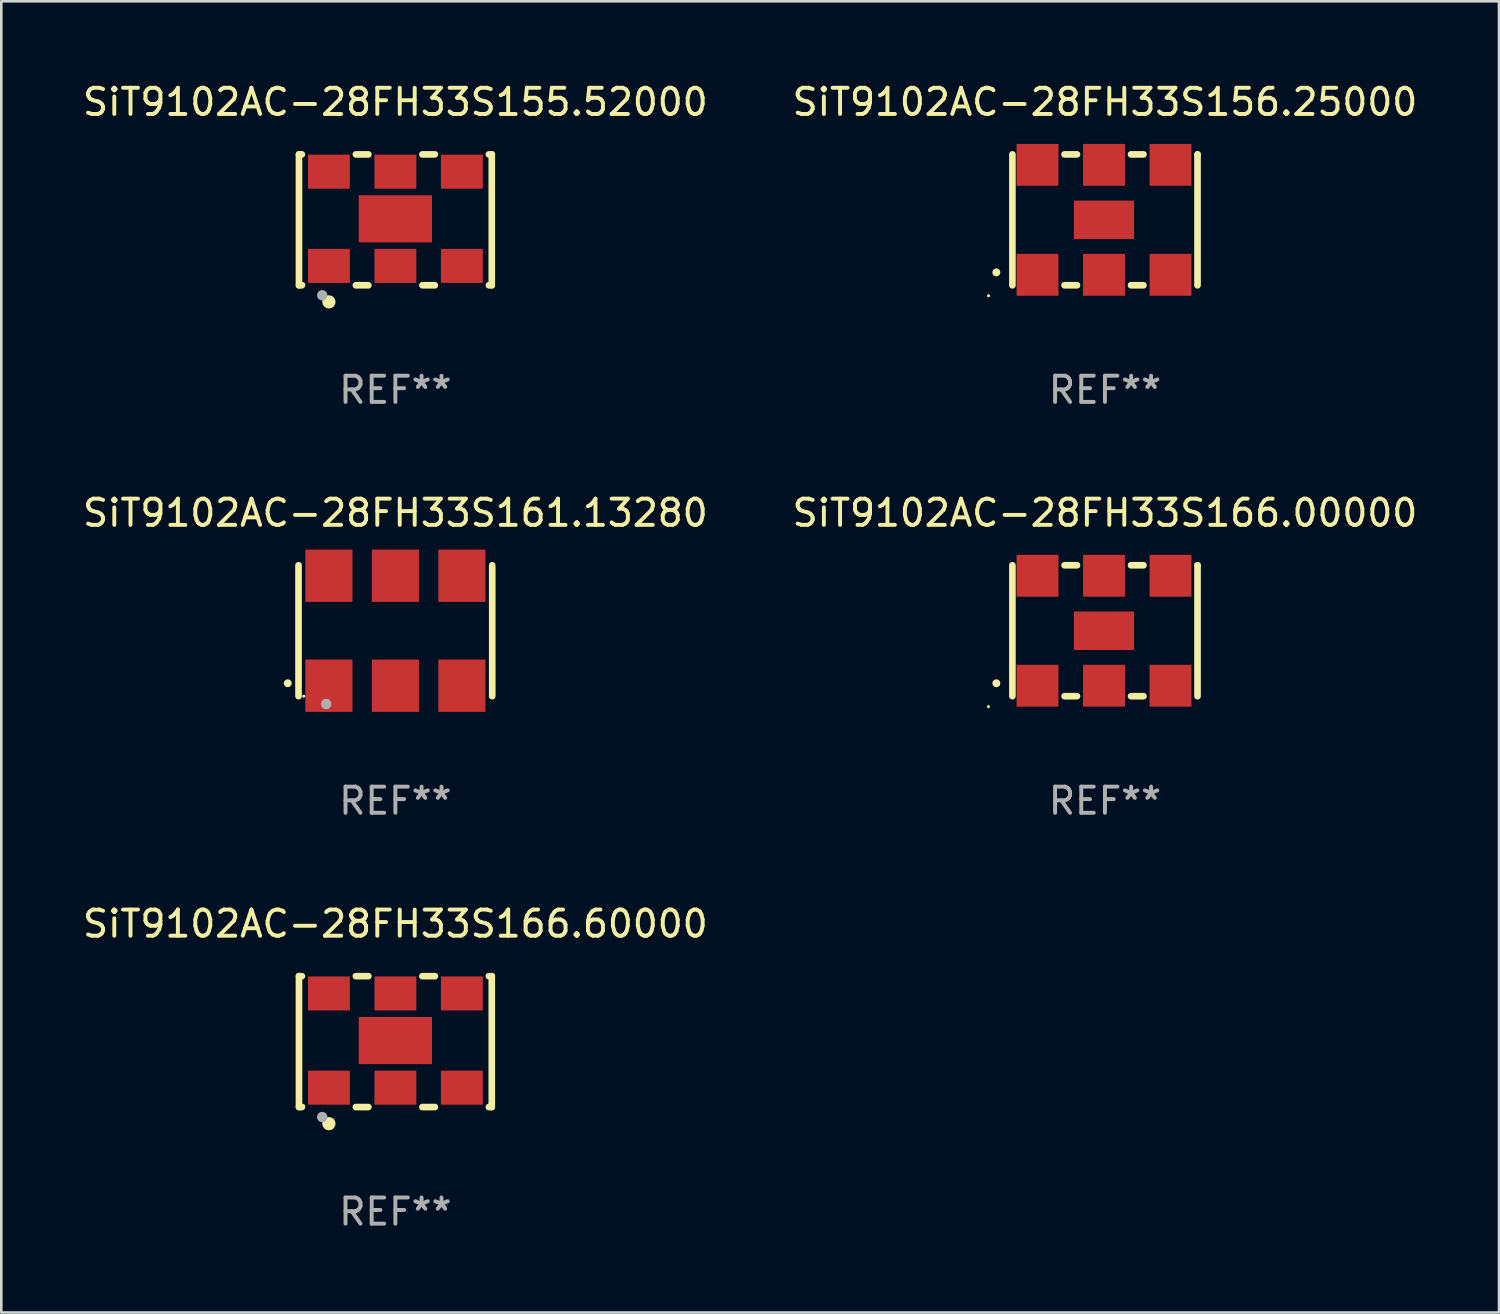
<source format=kicad_pcb>
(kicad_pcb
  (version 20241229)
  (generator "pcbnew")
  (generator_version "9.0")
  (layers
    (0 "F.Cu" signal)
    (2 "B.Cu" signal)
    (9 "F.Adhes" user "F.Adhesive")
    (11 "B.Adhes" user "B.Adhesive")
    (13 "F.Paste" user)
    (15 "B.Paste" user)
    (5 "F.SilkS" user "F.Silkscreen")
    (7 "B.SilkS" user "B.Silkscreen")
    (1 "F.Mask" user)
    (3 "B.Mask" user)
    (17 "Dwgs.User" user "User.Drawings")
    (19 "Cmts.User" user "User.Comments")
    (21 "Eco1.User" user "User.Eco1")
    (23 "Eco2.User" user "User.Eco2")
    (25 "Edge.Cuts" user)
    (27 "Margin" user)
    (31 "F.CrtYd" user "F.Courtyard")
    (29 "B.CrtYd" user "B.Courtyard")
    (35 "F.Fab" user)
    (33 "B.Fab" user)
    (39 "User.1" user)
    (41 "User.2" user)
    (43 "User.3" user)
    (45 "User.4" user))
  (footprint "SiT9102AC-28FH33S161.13280"
    (layer "F.Cu")
    (at 12.054 21.045)
    (property "Reference" "SiT9102AC-28FH33S161.13280" (at 0 -4.5 0) (layer "F.SilkS") (effects (font (size 1 1) (thickness 0.15))))
    (attr through_hole)
    (fp_line (start -3.7 -2.5) (end -3.7 2.5) (stroke (width 0.254) (type solid)) (layer "F.SilkS"))
    (fp_line (start 3.7 -2.5) (end 3.7 2.5) (stroke (width 0.254) (type solid)) (layer "F.SilkS"))
    (fp_arc (start -4.114415 2.006604) (mid -4.113145 2.006599) (end -4.111875 2.006604) (stroke (width 0.3) (type solid)) (layer "F.SilkS"))
    (fp_circle (center -3.5 2.501) (end -3.47 2.501) (stroke (width 0.06) (type solid)) (fill no) (layer "F.SilkS"))
    (fp_circle (center -2.641 2.799) (end -2.541 2.799) (stroke (width 0.2) (type solid)) (fill no) (layer "F.Fab"))
    (fp_text user "REF**" (at 0 6.5 0) (layer "F.Fab") (effects (font (size 1 1) (thickness 0.15))))
    (pad "1" smd rect (at -2.54 2.1) (size 1.8 2) (layers "F.Cu" "F.Mask" "F.Paste"))
    (pad "2" smd rect (at 0.000394 2.1) (size 1.8 2) (layers "F.Cu" "F.Mask" "F.Paste"))
    (pad "3" smd rect (at 2.54 2.1) (size 1.8 2) (layers "F.Cu" "F.Mask" "F.Paste"))
    (pad "4" smd rect (at 2.54 -2.1) (size 1.8 2) (layers "F.Cu" "F.Mask" "F.Paste"))
    (pad "5" smd rect (at 0.000394 -2.1) (size 1.8 2) (layers "F.Cu" "F.Mask" "F.Paste"))
    (pad "6" smd rect (at -2.54 -2.1) (size 1.8 2) (layers "F.Cu" "F.Mask" "F.Paste")))
  (footprint "SiT9102AC-28FH33S155.52000"
    (layer "F.Cu")
    (at 12.054 5.348)
    (property "Reference" "SiT9102AC-28FH33S155.52000" (at 0 -4.5 0) (layer "F.SilkS") (effects (font (size 1 1) (thickness 0.15))))
    (attr through_hole)
    (fp_line (start -3.683 -2.5) (end -3.571 -2.5) (stroke (width 0.254) (type solid)) (layer "F.SilkS"))
    (fp_line (start -3.683 2.5) (end -3.683 -2.5) (stroke (width 0.254) (type solid)) (layer "F.SilkS"))
    (fp_line (start -3.683 2.5) (end -3.571 2.5) (stroke (width 0.254) (type solid)) (layer "F.SilkS"))
    (fp_line (start -1.509 -2.5) (end -1.031 -2.5) (stroke (width 0.254) (type solid)) (layer "F.SilkS"))
    (fp_line (start -1.509 2.5) (end -1.031 2.5) (stroke (width 0.254) (type solid)) (layer "F.SilkS"))
    (fp_line (start 1.031 -2.5) (end 1.509 -2.5) (stroke (width 0.254) (type solid)) (layer "F.SilkS"))
    (fp_line (start 1.031 2.5) (end 1.509 2.5) (stroke (width 0.254) (type solid)) (layer "F.SilkS"))
    (fp_line (start 3.571 -2.5) (end 3.683 -2.5) (stroke (width 0.254) (type solid)) (layer "F.SilkS"))
    (fp_line (start 3.571 2.5) (end 3.683 2.5) (stroke (width 0.254) (type solid)) (layer "F.SilkS"))
    (fp_line (start 3.683 2.5) (end 3.683 -2.5) (stroke (width 0.254) (type solid)) (layer "F.SilkS"))
    (fp_circle (center -3.5 2.46) (end -3.47 2.46) (stroke (width 0.06) (type solid)) (fill no) (layer "F.SilkS"))
    (fp_circle (center -2.54 3.135) (end -2.413 3.135) (stroke (width 0.254) (type solid)) (fill no) (layer "F.SilkS"))
    (fp_circle (center -2.794 2.881) (end -2.694 2.881) (stroke (width 0.2) (type solid)) (fill no) (layer "F.Fab"))
    (fp_text user "REF**" (at 0 6.5 0) (layer "F.Fab") (effects (font (size 1 1) (thickness 0.15))))
    (pad "1" smd rect (at -2.54 1.76) (size 1.6 1.3) (layers "F.Cu" "F.Mask" "F.Paste"))
    (pad "2" smd rect (at 0 1.76) (size 1.6 1.3) (layers "F.Cu" "F.Mask" "F.Paste"))
    (pad "3" smd rect (at 2.54 1.76) (size 1.6 1.3) (layers "F.Cu" "F.Mask" "F.Paste"))
    (pad "4" smd rect (at 2.54 -1.84) (size 1.6 1.3) (layers "F.Cu" "F.Mask" "F.Paste"))
    (pad "5" smd rect (at 0 -1.84) (size 1.6 1.3) (layers "F.Cu" "F.Mask" "F.Paste"))
    (pad "6" smd rect (at -2.54 -1.84) (size 1.6 1.3) (layers "F.Cu" "F.Mask" "F.Paste"))
    (pad "7" smd rect (at 0 -0.04) (size 2.8 1.8) (layers "F.Cu" "F.Mask" "F.Paste")))
  (footprint "SiT9102AC-28FH33S166.60000"
    (layer "F.Cu")
    (at 12.054 36.741)
    (property "Reference" "SiT9102AC-28FH33S166.60000" (at 0 -4.5 0) (layer "F.SilkS") (effects (font (size 1 1) (thickness 0.15))))
    (attr through_hole)
    (fp_line (start -3.683 -2.5) (end -3.571 -2.5) (stroke (width 0.254) (type solid)) (layer "F.SilkS"))
    (fp_line (start -3.683 2.5) (end -3.683 -2.5) (stroke (width 0.254) (type solid)) (layer "F.SilkS"))
    (fp_line (start -3.683 2.5) (end -3.571 2.5) (stroke (width 0.254) (type solid)) (layer "F.SilkS"))
    (fp_line (start -1.509 -2.5) (end -1.031 -2.5) (stroke (width 0.254) (type solid)) (layer "F.SilkS"))
    (fp_line (start -1.509 2.5) (end -1.031 2.5) (stroke (width 0.254) (type solid)) (layer "F.SilkS"))
    (fp_line (start 1.031 -2.5) (end 1.509 -2.5) (stroke (width 0.254) (type solid)) (layer "F.SilkS"))
    (fp_line (start 1.031 2.5) (end 1.509 2.5) (stroke (width 0.254) (type solid)) (layer "F.SilkS"))
    (fp_line (start 3.571 -2.5) (end 3.683 -2.5) (stroke (width 0.254) (type solid)) (layer "F.SilkS"))
    (fp_line (start 3.571 2.5) (end 3.683 2.5) (stroke (width 0.254) (type solid)) (layer "F.SilkS"))
    (fp_line (start 3.683 2.5) (end 3.683 -2.5) (stroke (width 0.254) (type solid)) (layer "F.SilkS"))
    (fp_circle (center -3.5 2.46) (end -3.47 2.46) (stroke (width 0.06) (type solid)) (fill no) (layer "F.SilkS"))
    (fp_circle (center -2.54 3.135) (end -2.413 3.135) (stroke (width 0.254) (type solid)) (fill no) (layer "F.SilkS"))
    (fp_circle (center -2.794 2.881) (end -2.694 2.881) (stroke (width 0.2) (type solid)) (fill no) (layer "F.Fab"))
    (fp_text user "REF**" (at 0 6.5 0) (layer "F.Fab") (effects (font (size 1 1) (thickness 0.15))))
    (pad "1" smd rect (at -2.54 1.76) (size 1.6 1.3) (layers "F.Cu" "F.Mask" "F.Paste"))
    (pad "2" smd rect (at 0 1.76) (size 1.6 1.3) (layers "F.Cu" "F.Mask" "F.Paste"))
    (pad "3" smd rect (at 2.54 1.76) (size 1.6 1.3) (layers "F.Cu" "F.Mask" "F.Paste"))
    (pad "4" smd rect (at 2.54 -1.84) (size 1.6 1.3) (layers "F.Cu" "F.Mask" "F.Paste"))
    (pad "5" smd rect (at 0 -1.84) (size 1.6 1.3) (layers "F.Cu" "F.Mask" "F.Paste"))
    (pad "6" smd rect (at -2.54 -1.84) (size 1.6 1.3) (layers "F.Cu" "F.Mask" "F.Paste"))
    (pad "7" smd rect (at 0 -0.04) (size 2.8 1.8) (layers "F.Cu" "F.Mask" "F.Paste")))
  (footprint "SiT9102AC-28FH33S166.00000"
    (layer "F.Cu")
    (at 39.161 21.045)
    (property "Reference" "SiT9102AC-28FH33S166.00000" (at 0 -4.5 0) (layer "F.SilkS") (effects (font (size 1 1) (thickness 0.15))))
    (attr through_hole)
    (fp_line (start -3.536 -2.5) (end -3.536 2.5) (stroke (width 0.254) (type solid)) (layer "F.SilkS"))
    (fp_line (start -1.544 2.5) (end -1.067 2.5) (stroke (width 0.254) (type solid)) (layer "F.SilkS"))
    (fp_line (start -1.067 -2.5) (end -1.544 -2.5) (stroke (width 0.254) (type solid)) (layer "F.SilkS"))
    (fp_line (start 0.996 2.5) (end 1.473 2.5) (stroke (width 0.254) (type solid)) (layer "F.SilkS"))
    (fp_line (start 1.473 -2.5) (end 0.996 -2.5) (stroke (width 0.254) (type solid)) (layer "F.SilkS"))
    (fp_line (start 3.536 -2.5) (end 3.536 -2.5) (stroke (width 0.254) (type solid)) (layer "F.SilkS"))
    (fp_line (start 3.536 2.5) (end 3.536 -2.5) (stroke (width 0.254) (type solid)) (layer "F.SilkS"))
    (fp_arc (start -4.150432 2.006604) (mid -4.149162 2.006599) (end -4.147892 2.006604) (stroke (width 0.3) (type solid)) (layer "F.SilkS"))
    (fp_circle (center -4.449 2.9) (end -4.419 2.9) (stroke (width 0.06) (type solid)) (fill no) (layer "F.SilkS"))
    (fp_text user "REF**" (at 0 6.5 0) (layer "F.Fab") (effects (font (size 1 1) (thickness 0.15))))
    (pad "1" smd rect (at -2.576 2.1) (size 1.6 1.6) (layers "F.Cu" "F.Mask" "F.Paste"))
    (pad "2" smd rect (at -0.036 2.1) (size 1.6 1.6) (layers "F.Cu" "F.Mask" "F.Paste"))
    (pad "3" smd rect (at 2.504 2.1) (size 1.6 1.6) (layers "F.Cu" "F.Mask" "F.Paste"))
    (pad "4" smd rect (at 2.504 -2.1) (size 1.6 1.6) (layers "F.Cu" "F.Mask" "F.Paste"))
    (pad "5" smd rect (at -0.036 -2.1) (size 1.6 1.6) (layers "F.Cu" "F.Mask" "F.Paste"))
    (pad "6" smd rect (at -2.576 -2.1) (size 1.6 1.6) (layers "F.Cu" "F.Mask" "F.Paste"))
    (pad "7" smd rect (at -0.036 0) (size 2.3 1.47) (layers "F.Cu" "F.Mask" "F.Paste")))
  (footprint "SiT9102AC-28FH33S156.25000"
    (layer "F.Cu")
    (at 39.161 5.348)
    (property "Reference" "SiT9102AC-28FH33S156.25000" (at 0 -4.5 0) (layer "F.SilkS") (effects (font (size 1 1) (thickness 0.15))))
    (attr through_hole)
    (fp_line (start -3.536 -2.5) (end -3.536 2.5) (stroke (width 0.254) (type solid)) (layer "F.SilkS"))
    (fp_line (start -1.544 2.5) (end -1.067 2.5) (stroke (width 0.254) (type solid)) (layer "F.SilkS"))
    (fp_line (start -1.067 -2.5) (end -1.544 -2.5) (stroke (width 0.254) (type solid)) (layer "F.SilkS"))
    (fp_line (start 0.996 2.5) (end 1.473 2.5) (stroke (width 0.254) (type solid)) (layer "F.SilkS"))
    (fp_line (start 1.473 -2.5) (end 0.996 -2.5) (stroke (width 0.254) (type solid)) (layer "F.SilkS"))
    (fp_line (start 3.536 -2.5) (end 3.536 -2.5) (stroke (width 0.254) (type solid)) (layer "F.SilkS"))
    (fp_line (start 3.536 2.5) (end 3.536 -2.5) (stroke (width 0.254) (type solid)) (layer "F.SilkS"))
    (fp_arc (start -4.150432 2.006604) (mid -4.149162 2.006599) (end -4.147892 2.006604) (stroke (width 0.3) (type solid)) (layer "F.SilkS"))
    (fp_circle (center -4.449 2.9) (end -4.419 2.9) (stroke (width 0.06) (type solid)) (fill no) (layer "F.SilkS"))
    (fp_text user "REF**" (at 0 6.5 0) (layer "F.Fab") (effects (font (size 1 1) (thickness 0.15))))
    (pad "1" smd rect (at -2.576 2.1) (size 1.6 1.6) (layers "F.Cu" "F.Mask" "F.Paste"))
    (pad "2" smd rect (at -0.036 2.1) (size 1.6 1.6) (layers "F.Cu" "F.Mask" "F.Paste"))
    (pad "3" smd rect (at 2.504 2.1) (size 1.6 1.6) (layers "F.Cu" "F.Mask" "F.Paste"))
    (pad "4" smd rect (at 2.504 -2.1) (size 1.6 1.6) (layers "F.Cu" "F.Mask" "F.Paste"))
    (pad "5" smd rect (at -0.036 -2.1) (size 1.6 1.6) (layers "F.Cu" "F.Mask" "F.Paste"))
    (pad "6" smd rect (at -2.576 -2.1) (size 1.6 1.6) (layers "F.Cu" "F.Mask" "F.Paste"))
    (pad "7" smd rect (at -0.036 0) (size 2.3 1.47) (layers "F.Cu" "F.Mask" "F.Paste")))
  (gr_rect
    (start -3 -3)
    (end 54.214 47.09)
    (stroke (width 0.1) (type default))
    (fill no)
    (layer "Edge.Cuts")))
</source>
